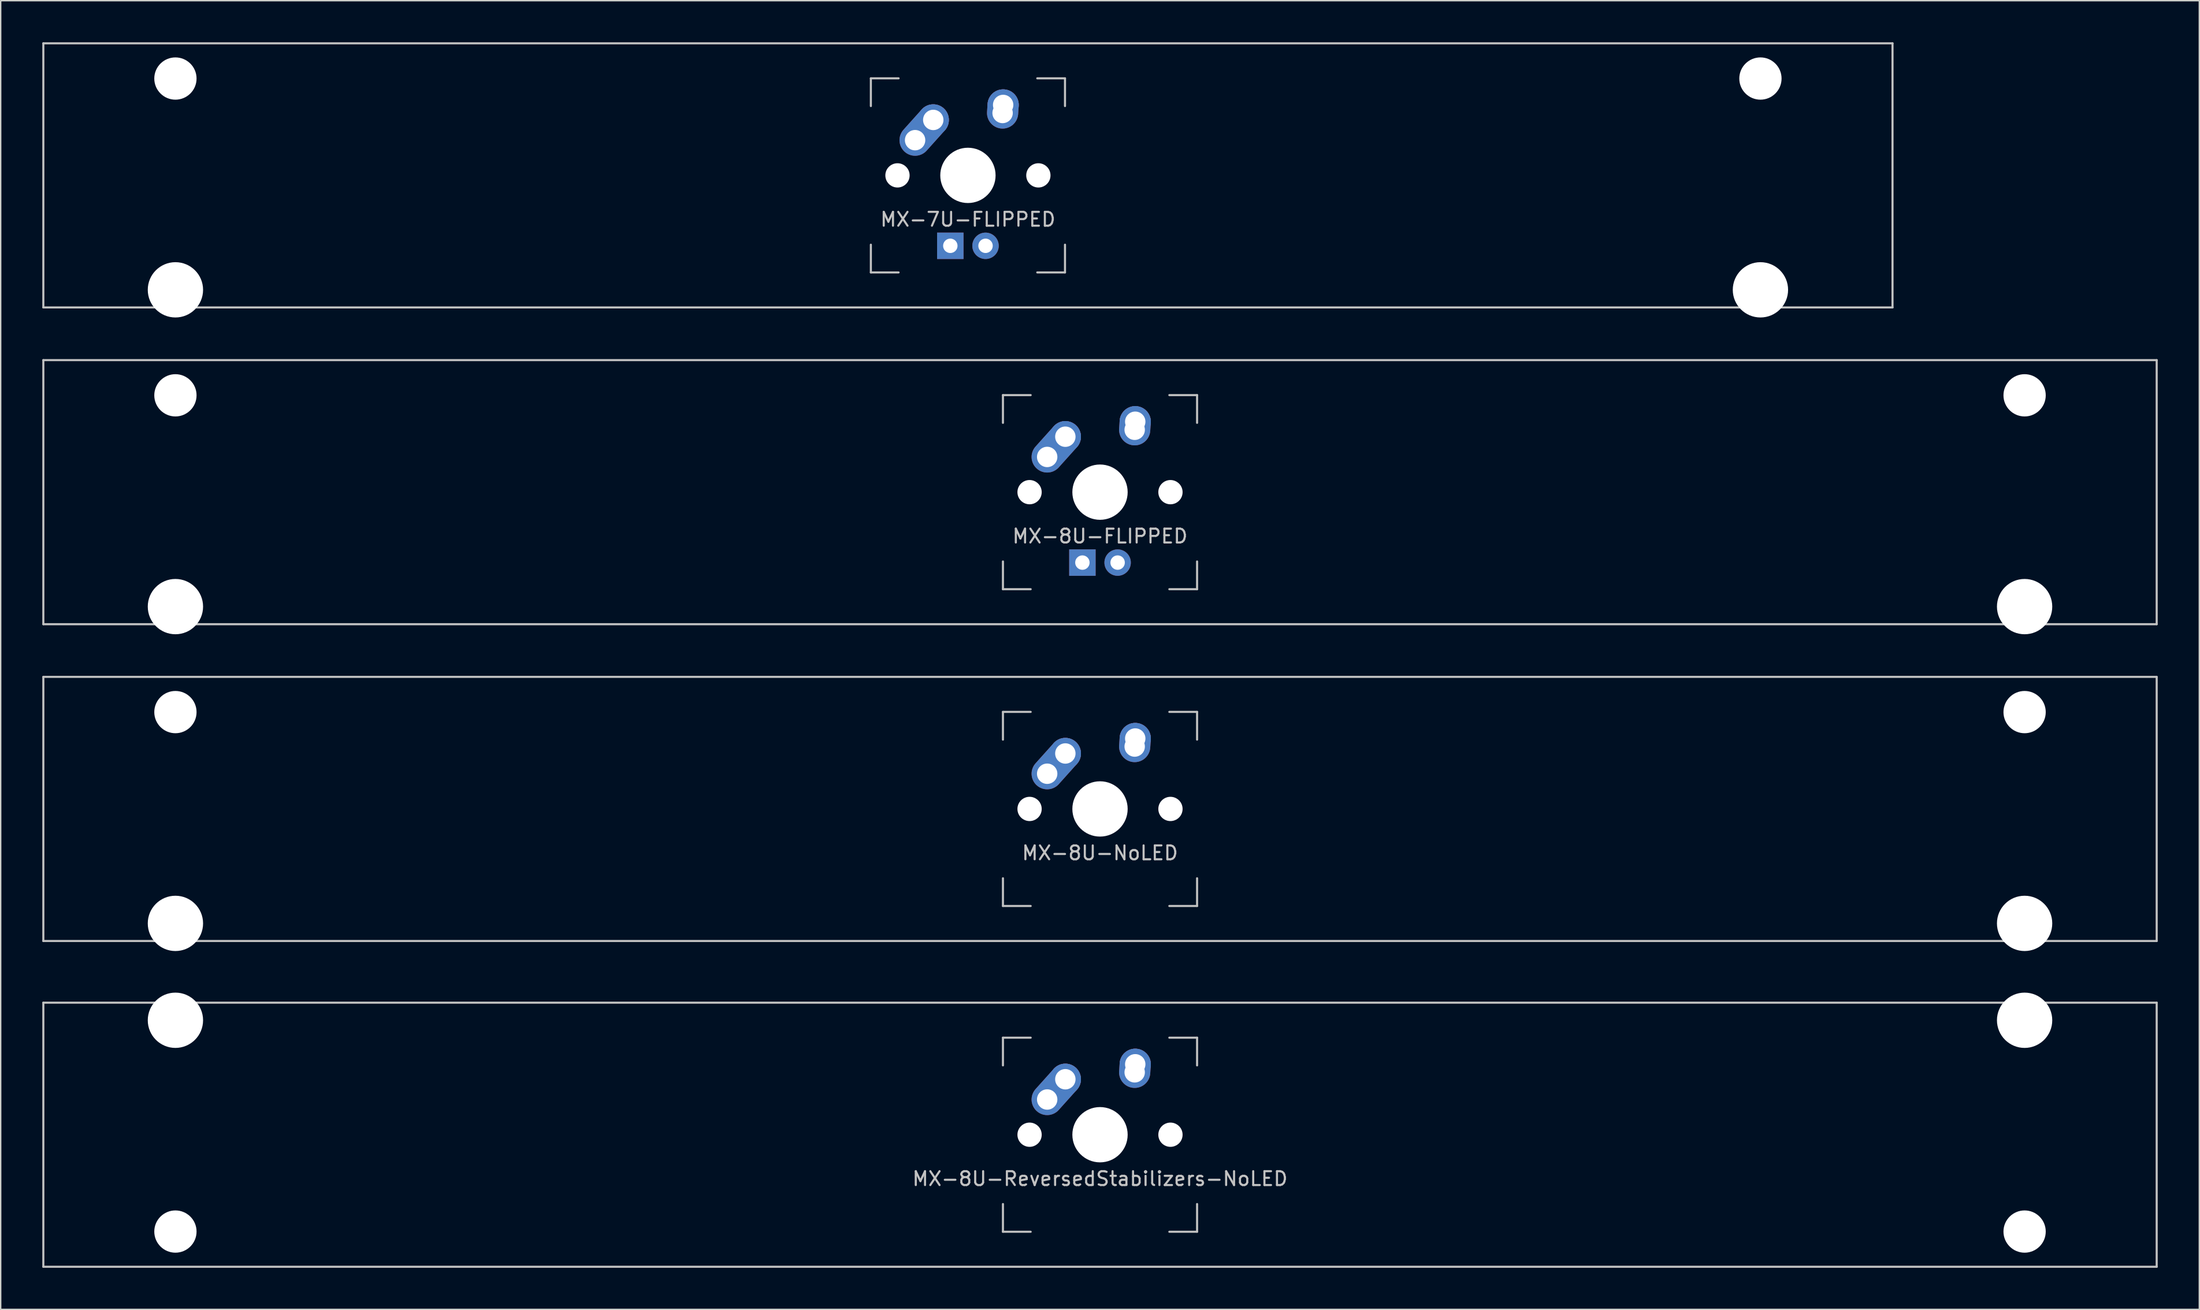
<source format=kicad_pcb>
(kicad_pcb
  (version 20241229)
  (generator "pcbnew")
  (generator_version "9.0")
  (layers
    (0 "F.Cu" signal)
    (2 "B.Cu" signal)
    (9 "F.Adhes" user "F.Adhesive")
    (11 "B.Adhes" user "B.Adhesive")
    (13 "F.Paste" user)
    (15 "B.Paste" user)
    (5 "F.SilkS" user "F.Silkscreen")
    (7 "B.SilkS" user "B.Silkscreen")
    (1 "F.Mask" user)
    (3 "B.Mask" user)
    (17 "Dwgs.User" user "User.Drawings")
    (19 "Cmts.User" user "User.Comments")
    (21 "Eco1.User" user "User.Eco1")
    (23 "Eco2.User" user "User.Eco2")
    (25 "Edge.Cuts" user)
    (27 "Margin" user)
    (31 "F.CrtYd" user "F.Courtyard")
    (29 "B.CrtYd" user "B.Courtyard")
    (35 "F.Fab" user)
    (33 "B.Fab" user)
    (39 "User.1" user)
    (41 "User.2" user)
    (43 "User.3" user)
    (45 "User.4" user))
  (footprint "MX-8U-ReversedStabilizers-NoLED"
    (layer "F.Cu")
    (at 76.275 78.796)
    (property "Reference" "MX-8U-ReversedStabilizers-NoLED" (at 0 3.175 0) (layer "Dwgs.User") (effects (font (size 1 1) (thickness 0.15))))
    (attr through_hole)
    (fp_line (start -76.2 -9.525) (end 76.2 -9.525) (stroke (width 0.15) (type solid)) (layer "Dwgs.User"))
    (fp_line (start -76.2 9.525) (end -76.2 -9.525) (stroke (width 0.15) (type solid)) (layer "Dwgs.User"))
    (fp_line (start -76.2 9.525) (end 76.2 9.525) (stroke (width 0.15) (type solid)) (layer "Dwgs.User"))
    (fp_line (start -7 -7) (end -7 -5) (stroke (width 0.15) (type solid)) (layer "Dwgs.User"))
    (fp_line (start -7 5) (end -7 7) (stroke (width 0.15) (type solid)) (layer "Dwgs.User"))
    (fp_line (start -7 7) (end -5 7) (stroke (width 0.15) (type solid)) (layer "Dwgs.User"))
    (fp_line (start -5 -7) (end -7 -7) (stroke (width 0.15) (type solid)) (layer "Dwgs.User"))
    (fp_line (start 5 -7) (end 7 -7) (stroke (width 0.15) (type solid)) (layer "Dwgs.User"))
    (fp_line (start 5 7) (end 7 7) (stroke (width 0.15) (type solid)) (layer "Dwgs.User"))
    (fp_line (start 7 -7) (end 7 -5) (stroke (width 0.15) (type solid)) (layer "Dwgs.User"))
    (fp_line (start 7 7) (end 7 5) (stroke (width 0.15) (type solid)) (layer "Dwgs.User"))
    (fp_line (start 76.2 -9.525) (end 76.2 9.525) (stroke (width 0.15) (type solid)) (layer "Dwgs.User"))
    (pad "" np_thru_hole circle (at -66.675 -8.255) (size 3.988 3.988) (drill 3.988) (layers "*.Cu" "*.Mask"))
    (pad "" np_thru_hole circle (at -66.675 6.985) (size 3.048 3.048) (drill 3.048) (layers "*.Cu" "*.Mask"))
    (pad "" np_thru_hole circle (at -5.08 0 48.1) (size 1.75 1.75) (drill 1.75) (layers "*.Cu" "*.Mask"))
    (pad "" np_thru_hole circle (at 0 0) (size 3.988 3.988) (drill 3.988) (layers "*.Cu" "*.Mask"))
    (pad "" np_thru_hole circle (at 5.08 0 48.1) (size 1.75 1.75) (drill 1.75) (layers "*.Cu" "*.Mask"))
    (pad "" np_thru_hole circle (at 66.675 -8.255) (size 3.988 3.988) (drill 3.988) (layers "*.Cu" "*.Mask"))
    (pad "" np_thru_hole circle (at 66.675 6.985) (size 3.048 3.048) (drill 3.048) (layers "*.Cu" "*.Mask"))
    (pad "1" thru_hole oval (at -3.81 -2.54 48.1) (size 4.212 2.25) (drill 1.47 (offset 0.981 0)) (layers "*.Cu" "B.Mask"))
    (pad "1" thru_hole circle (at -2.5 -4) (size 2.25 2.25) (drill 1.47) (layers "*.Cu" "B.Mask"))
    (pad "2" thru_hole oval (at 2.5 -4.5 86.055) (size 2.831 2.25) (drill 1.47 (offset 0.291 0)) (layers "*.Cu" "B.Mask"))
    (pad "2" thru_hole circle (at 2.54 -5.08) (size 2.25 2.25) (drill 1.47) (layers "*.Cu" "B.Mask")))
  (footprint "MX-8U-FLIPPED"
    (layer "F.Cu")
    (at 76.275 32.449)
    (property "Reference" "MX-8U-FLIPPED" (at 0 3.175 0) (layer "Dwgs.User") (effects (font (size 1 1) (thickness 0.15))))
    (attr through_hole)
    (fp_line (start -76.2 -9.525) (end 76.2 -9.525) (stroke (width 0.15) (type solid)) (layer "Dwgs.User"))
    (fp_line (start -76.2 9.525) (end -76.2 -9.525) (stroke (width 0.15) (type solid)) (layer "Dwgs.User"))
    (fp_line (start -76.2 9.525) (end 76.2 9.525) (stroke (width 0.15) (type solid)) (layer "Dwgs.User"))
    (fp_line (start -7 -7) (end -7 -5) (stroke (width 0.15) (type solid)) (layer "Dwgs.User"))
    (fp_line (start -7 5) (end -7 7) (stroke (width 0.15) (type solid)) (layer "Dwgs.User"))
    (fp_line (start -7 7) (end -5 7) (stroke (width 0.15) (type solid)) (layer "Dwgs.User"))
    (fp_line (start -5 -7) (end -7 -7) (stroke (width 0.15) (type solid)) (layer "Dwgs.User"))
    (fp_line (start 5 -7) (end 7 -7) (stroke (width 0.15) (type solid)) (layer "Dwgs.User"))
    (fp_line (start 5 7) (end 7 7) (stroke (width 0.15) (type solid)) (layer "Dwgs.User"))
    (fp_line (start 7 -7) (end 7 -5) (stroke (width 0.15) (type solid)) (layer "Dwgs.User"))
    (fp_line (start 7 7) (end 7 5) (stroke (width 0.15) (type solid)) (layer "Dwgs.User"))
    (fp_line (start 76.2 -9.525) (end 76.2 9.525) (stroke (width 0.15) (type solid)) (layer "Dwgs.User"))
    (pad "" np_thru_hole circle (at -66.675 -6.985) (size 3.048 3.048) (drill 3.048) (layers "*.Cu" "*.Mask"))
    (pad "" np_thru_hole circle (at -66.675 8.255) (size 3.988 3.988) (drill 3.988) (layers "*.Cu" "*.Mask"))
    (pad "" np_thru_hole circle (at -5.08 0 48.1) (size 1.75 1.75) (drill 1.75) (layers "*.Cu" "*.Mask"))
    (pad "" np_thru_hole circle (at 0 0) (size 3.988 3.988) (drill 3.988) (layers "*.Cu" "*.Mask"))
    (pad "" np_thru_hole circle (at 5.08 0 48.1) (size 1.75 1.75) (drill 1.75) (layers "*.Cu" "*.Mask"))
    (pad "" np_thru_hole circle (at 66.675 -6.985) (size 3.048 3.048) (drill 3.048) (layers "*.Cu" "*.Mask"))
    (pad "" np_thru_hole circle (at 66.675 8.255) (size 3.988 3.988) (drill 3.988) (layers "*.Cu" "*.Mask"))
    (pad "1" thru_hole oval (at -3.81 -2.54 48.1) (size 4.212 2.25) (drill 1.47 (offset 0.981 0)) (layers "*.Cu" "B.Mask"))
    (pad "1" thru_hole circle (at -2.5 -4) (size 2.25 2.25) (drill 1.47) (layers "*.Cu" "B.Mask"))
    (pad "2" thru_hole oval (at 2.5 -4.5 86.055) (size 2.831 2.25) (drill 1.47 (offset 0.291 0)) (layers "*.Cu" "B.Mask"))
    (pad "2" thru_hole circle (at 2.54 -5.08) (size 2.25 2.25) (drill 1.47) (layers "*.Cu" "B.Mask"))
    (pad "3" thru_hole circle (at 1.27 5.08) (size 1.905 1.905) (drill 1.04) (layers "*.Cu" "B.Mask"))
    (pad "4" thru_hole rect (at -1.27 5.08) (size 1.905 1.905) (drill 1.04) (layers "*.Cu" "B.Mask")))
  (footprint "MX-8U-NoLED"
    (layer "F.Cu")
    (at 76.275 55.298)
    (property "Reference" "MX-8U-NoLED" (at 0 3.175 0) (layer "Dwgs.User") (effects (font (size 1 1) (thickness 0.15))))
    (attr through_hole)
    (fp_line (start -76.2 -9.525) (end 76.2 -9.525) (stroke (width 0.15) (type solid)) (layer "Dwgs.User"))
    (fp_line (start -76.2 9.525) (end -76.2 -9.525) (stroke (width 0.15) (type solid)) (layer "Dwgs.User"))
    (fp_line (start -76.2 9.525) (end 76.2 9.525) (stroke (width 0.15) (type solid)) (layer "Dwgs.User"))
    (fp_line (start -7 -7) (end -7 -5) (stroke (width 0.15) (type solid)) (layer "Dwgs.User"))
    (fp_line (start -7 5) (end -7 7) (stroke (width 0.15) (type solid)) (layer "Dwgs.User"))
    (fp_line (start -7 7) (end -5 7) (stroke (width 0.15) (type solid)) (layer "Dwgs.User"))
    (fp_line (start -5 -7) (end -7 -7) (stroke (width 0.15) (type solid)) (layer "Dwgs.User"))
    (fp_line (start 5 -7) (end 7 -7) (stroke (width 0.15) (type solid)) (layer "Dwgs.User"))
    (fp_line (start 5 7) (end 7 7) (stroke (width 0.15) (type solid)) (layer "Dwgs.User"))
    (fp_line (start 7 -7) (end 7 -5) (stroke (width 0.15) (type solid)) (layer "Dwgs.User"))
    (fp_line (start 7 7) (end 7 5) (stroke (width 0.15) (type solid)) (layer "Dwgs.User"))
    (fp_line (start 76.2 -9.525) (end 76.2 9.525) (stroke (width 0.15) (type solid)) (layer "Dwgs.User"))
    (pad "" np_thru_hole circle (at -66.675 -6.985) (size 3.048 3.048) (drill 3.048) (layers "*.Cu" "*.Mask"))
    (pad "" np_thru_hole circle (at -66.675 8.255) (size 3.988 3.988) (drill 3.988) (layers "*.Cu" "*.Mask"))
    (pad "" np_thru_hole circle (at -5.08 0 48.1) (size 1.75 1.75) (drill 1.75) (layers "*.Cu" "*.Mask"))
    (pad "" np_thru_hole circle (at 0 0) (size 3.988 3.988) (drill 3.988) (layers "*.Cu" "*.Mask"))
    (pad "" np_thru_hole circle (at 5.08 0 48.1) (size 1.75 1.75) (drill 1.75) (layers "*.Cu" "*.Mask"))
    (pad "" np_thru_hole circle (at 66.675 -6.985) (size 3.048 3.048) (drill 3.048) (layers "*.Cu" "*.Mask"))
    (pad "" np_thru_hole circle (at 66.675 8.255) (size 3.988 3.988) (drill 3.988) (layers "*.Cu" "*.Mask"))
    (pad "1" thru_hole oval (at -3.81 -2.54 48.1) (size 4.212 2.25) (drill 1.47 (offset 0.981 0)) (layers "*.Cu" "B.Mask"))
    (pad "1" thru_hole circle (at -2.5 -4) (size 2.25 2.25) (drill 1.47) (layers "*.Cu" "B.Mask"))
    (pad "2" thru_hole oval (at 2.5 -4.5 86.055) (size 2.831 2.25) (drill 1.47 (offset 0.291 0)) (layers "*.Cu" "B.Mask"))
    (pad "2" thru_hole circle (at 2.54 -5.08) (size 2.25 2.25) (drill 1.47) (layers "*.Cu" "B.Mask")))
  (footprint "MX-7U-FLIPPED"
    (layer "F.Cu")
    (at 66.75 9.6)
    (property "Reference" "MX-7U-FLIPPED" (at 0 3.175 0) (layer "Dwgs.User") (effects (font (size 1 1) (thickness 0.15))))
    (attr through_hole)
    (fp_line (start -66.675 -9.525) (end 66.675 -9.525) (stroke (width 0.15) (type solid)) (layer "Dwgs.User"))
    (fp_line (start -66.675 9.525) (end -66.675 -9.525) (stroke (width 0.15) (type solid)) (layer "Dwgs.User"))
    (fp_line (start -66.675 9.525) (end 66.675 9.525) (stroke (width 0.15) (type solid)) (layer "Dwgs.User"))
    (fp_line (start -7 -7) (end -7 -5) (stroke (width 0.15) (type solid)) (layer "Dwgs.User"))
    (fp_line (start -7 5) (end -7 7) (stroke (width 0.15) (type solid)) (layer "Dwgs.User"))
    (fp_line (start -7 7) (end -5 7) (stroke (width 0.15) (type solid)) (layer "Dwgs.User"))
    (fp_line (start -5 -7) (end -7 -7) (stroke (width 0.15) (type solid)) (layer "Dwgs.User"))
    (fp_line (start 5 -7) (end 7 -7) (stroke (width 0.15) (type solid)) (layer "Dwgs.User"))
    (fp_line (start 5 7) (end 7 7) (stroke (width 0.15) (type solid)) (layer "Dwgs.User"))
    (fp_line (start 7 -7) (end 7 -5) (stroke (width 0.15) (type solid)) (layer "Dwgs.User"))
    (fp_line (start 7 7) (end 7 5) (stroke (width 0.15) (type solid)) (layer "Dwgs.User"))
    (fp_line (start 66.675 -9.525) (end 66.675 9.525) (stroke (width 0.15) (type solid)) (layer "Dwgs.User"))
    (pad "" np_thru_hole circle (at -57.15 -6.985) (size 3.048 3.048) (drill 3.048) (layers "*.Cu" "*.Mask"))
    (pad "" np_thru_hole circle (at -57.15 8.255) (size 3.988 3.988) (drill 3.988) (layers "*.Cu" "*.Mask"))
    (pad "" np_thru_hole circle (at -5.08 0 48.1) (size 1.75 1.75) (drill 1.75) (layers "*.Cu" "*.Mask"))
    (pad "" np_thru_hole circle (at 0 0) (size 3.988 3.988) (drill 3.988) (layers "*.Cu" "*.Mask"))
    (pad "" np_thru_hole circle (at 5.08 0 48.1) (size 1.75 1.75) (drill 1.75) (layers "*.Cu" "*.Mask"))
    (pad "" np_thru_hole circle (at 57.15 -6.985) (size 3.048 3.048) (drill 3.048) (layers "*.Cu" "*.Mask"))
    (pad "" np_thru_hole circle (at 57.15 8.255) (size 3.988 3.988) (drill 3.988) (layers "*.Cu" "*.Mask"))
    (pad "1" thru_hole oval (at -3.81 -2.54 48.1) (size 4.212 2.25) (drill 1.47 (offset 0.981 0)) (layers "*.Cu" "B.Mask"))
    (pad "1" thru_hole circle (at -2.5 -4) (size 2.25 2.25) (drill 1.47) (layers "*.Cu" "B.Mask"))
    (pad "2" thru_hole oval (at 2.5 -4.5 86.055) (size 2.831 2.25) (drill 1.47 (offset 0.291 0)) (layers "*.Cu" "B.Mask"))
    (pad "2" thru_hole circle (at 2.54 -5.08) (size 2.25 2.25) (drill 1.47) (layers "*.Cu" "B.Mask"))
    (pad "3" thru_hole circle (at 1.27 5.08) (size 1.905 1.905) (drill 1.04) (layers "*.Cu" "B.Mask"))
    (pad "4" thru_hole rect (at -1.27 5.08) (size 1.905 1.905) (drill 1.04) (layers "*.Cu" "B.Mask")))
  (gr_rect
    (start -3 -3)
    (end 155.55 91.396)
    (stroke (width 0.1) (type default))
    (fill no)
    (layer "Edge.Cuts")))
</source>
